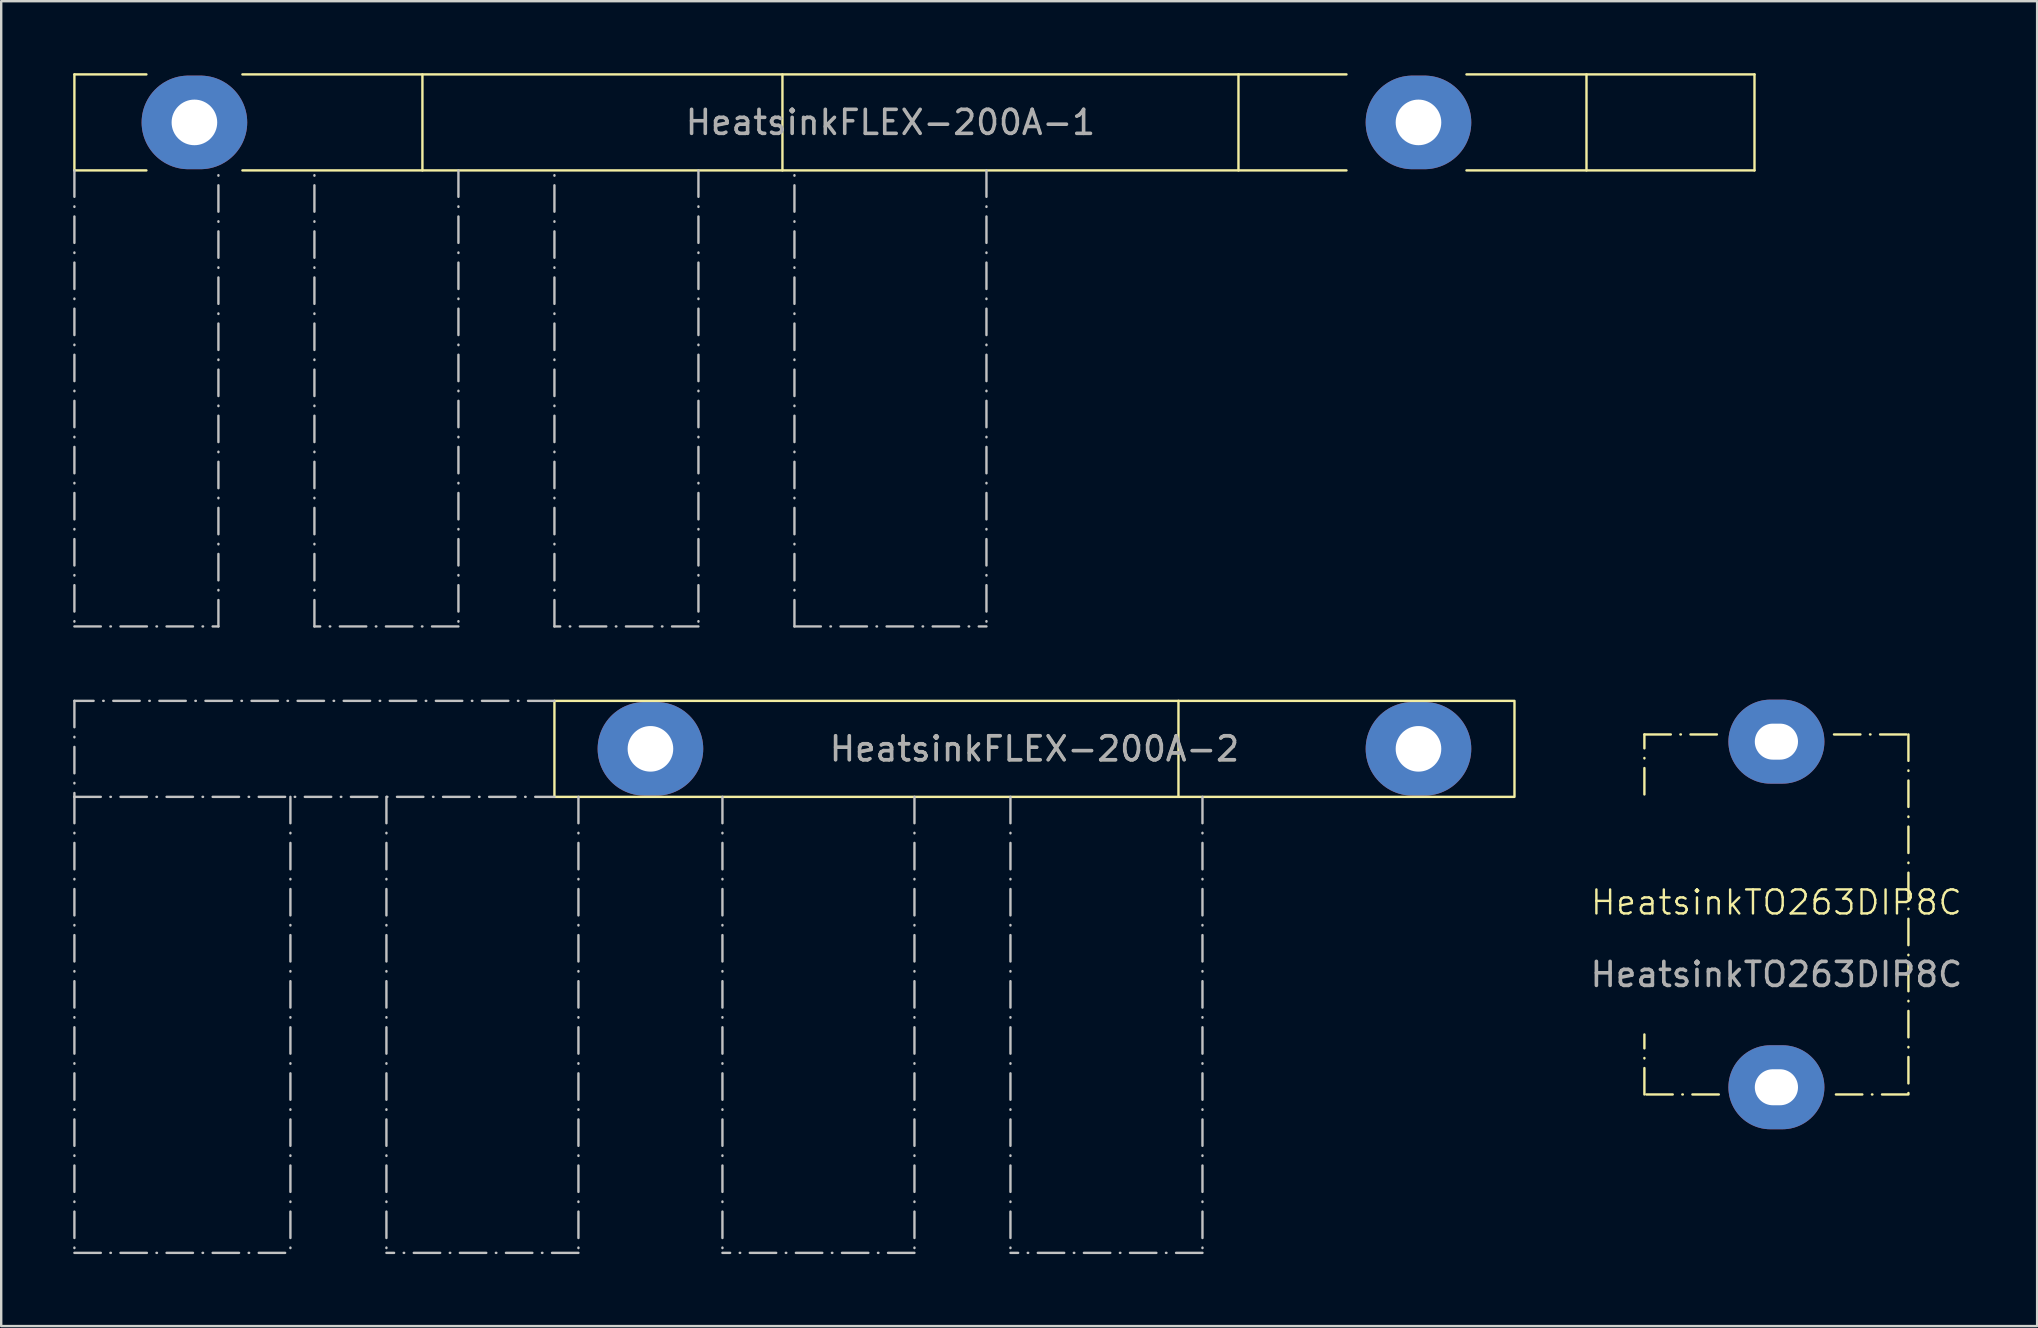
<source format=kicad_pcb>
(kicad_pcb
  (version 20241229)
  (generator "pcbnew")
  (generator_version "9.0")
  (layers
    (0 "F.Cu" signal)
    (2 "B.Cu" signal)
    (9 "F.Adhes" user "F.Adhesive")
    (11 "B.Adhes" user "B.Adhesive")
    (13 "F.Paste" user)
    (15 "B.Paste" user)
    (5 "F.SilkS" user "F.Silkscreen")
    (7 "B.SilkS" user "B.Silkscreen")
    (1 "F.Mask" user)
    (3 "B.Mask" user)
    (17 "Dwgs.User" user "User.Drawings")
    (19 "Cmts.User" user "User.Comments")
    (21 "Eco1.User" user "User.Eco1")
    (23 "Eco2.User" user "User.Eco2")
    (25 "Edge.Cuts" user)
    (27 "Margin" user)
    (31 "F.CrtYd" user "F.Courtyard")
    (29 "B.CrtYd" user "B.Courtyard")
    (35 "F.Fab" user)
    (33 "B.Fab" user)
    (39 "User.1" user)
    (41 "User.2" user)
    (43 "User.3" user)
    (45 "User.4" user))
  (footprint "HeatsinkTO263DIP8C"
    (layer "F.Cu")
    (at 70.963 35.05)
    (property "Reference" "HeatsinkTO263DIP8C" (at 0 -0.5 0) (unlocked yes) (layer "F.SilkS") (effects (font (size 1 1) (thickness 0.1))))
    (attr through_hole)
    (fp_line (start -5.5 -7.5) (end -2.4 -7.5) (stroke (width 0.1) (type dash_dot)) (layer "F.SilkS"))
    (fp_line (start -5.5 -5) (end -5.5 -7.5) (stroke (width 0.1) (type dash_dot)) (layer "F.SilkS"))
    (fp_line (start -5.5 7.5) (end -5.5 5) (stroke (width 0.1) (type dash_dot)) (layer "F.SilkS"))
    (fp_line (start -2.4 7.5) (end -5.5 7.5) (stroke (width 0.1) (type dash_dot)) (layer "F.SilkS"))
    (fp_line (start 2.4 -7.5) (end 5.5 -7.5) (stroke (width 0.1) (type dash_dot)) (layer "F.SilkS"))
    (fp_line (start 5.5 -7.5) (end 5.5 7.5) (stroke (width 0.1) (type dash_dot)) (layer "F.SilkS"))
    (fp_line (start 5.5 7.5) (end 2.4 7.5) (stroke (width 0.1) (type dash_dot)) (layer "F.SilkS"))
    (fp_text user "${REFERENCE}" (at 0 2.5 0) (unlocked yes) (layer "F.Fab") (effects (font (size 1 1) (thickness 0.15))))
    (pad "1" thru_hole oval (at 0 -7.2) (size 4 3.5) (drill oval 1.8 1.5) (layers "*.Cu" "*.Mask"))
    (pad "1" thru_hole oval (at 0 7.2) (size 4 3.5) (drill oval 1.8 1.5) (layers "*.Cu" "*.Mask")))
  (footprint "HeatsinkFLEX-200A-1"
    (layer "F.Cu")
    (at 34.05 2.05)
    (property "Reference" "HeatsinkFLEX-200A-1" (at 0 0 0) (unlocked yes) (layer "F.SilkS") (effects (font (size 1 1) (thickness 0.1))))
    (attr through_hole)
    (fp_line (start -34 -2) (end -34 2) (stroke (width 0.1) (type default)) (layer "F.SilkS"))
    (fp_line (start -34 2) (end -31 2) (stroke (width 0.1) (type default)) (layer "F.SilkS"))
    (fp_line (start -31 -2) (end -34 -2) (stroke (width 0.1) (type default)) (layer "F.SilkS"))
    (fp_line (start -27 -2) (end 19 -2) (stroke (width 0.1) (type default)) (layer "F.SilkS"))
    (fp_line (start -19.5 2) (end -19.5 -2) (stroke (width 0.1) (type default)) (layer "F.SilkS"))
    (fp_line (start -4.5 -2) (end -4.5 2) (stroke (width 0.1) (type default)) (layer "F.SilkS"))
    (fp_line (start 14.5 -2) (end 14.5 2) (stroke (width 0.1) (type default)) (layer "F.SilkS"))
    (fp_line (start 19 2) (end -27 2) (stroke (width 0.1) (type default)) (layer "F.SilkS"))
    (fp_line (start 24 -2) (end 36 -2) (stroke (width 0.1) (type default)) (layer "F.SilkS"))
    (fp_line (start 29 -2) (end 29 2) (stroke (width 0.1) (type default)) (layer "F.SilkS"))
    (fp_line (start 36 -2) (end 36 2) (stroke (width 0.1) (type default)) (layer "F.SilkS"))
    (fp_line (start 36 2) (end 24 2) (stroke (width 0.1) (type default)) (layer "F.SilkS"))
    (fp_line (start -34 2) (end -34 21) (stroke (width 0.1) (type dash_dot)) (layer "Dwgs.User"))
    (fp_line (start -34 21) (end -28 21) (stroke (width 0.1) (type dash_dot)) (layer "Dwgs.User"))
    (fp_line (start -28 21) (end -28 2) (stroke (width 0.1) (type dash_dot)) (layer "Dwgs.User"))
    (fp_line (start -24 21) (end -24 2) (stroke (width 0.1) (type dash_dot)) (layer "Dwgs.User"))
    (fp_line (start -18 2) (end -18 21) (stroke (width 0.1) (type dash_dot)) (layer "Dwgs.User"))
    (fp_line (start -18 21) (end -24 21) (stroke (width 0.1) (type dash_dot)) (layer "Dwgs.User"))
    (fp_line (start -14 21) (end -14 2) (stroke (width 0.1) (type dash_dot)) (layer "Dwgs.User"))
    (fp_line (start -8 2) (end -8 21) (stroke (width 0.1) (type dash_dot)) (layer "Dwgs.User"))
    (fp_line (start -8 21) (end -14 21) (stroke (width 0.1) (type dash_dot)) (layer "Dwgs.User"))
    (fp_line (start -4 21) (end -4 2) (stroke (width 0.1) (type dash_dot)) (layer "Dwgs.User"))
    (fp_line (start -4 21) (end 4 21) (stroke (width 0.1) (type dash_dot)) (layer "Dwgs.User"))
    (fp_line (start 4 2) (end 4 21) (stroke (width 0.1) (type dash_dot)) (layer "Dwgs.User"))
    (fp_text user "${REFERENCE}" (at 0 0 0) (unlocked yes) (layer "F.Fab") (effects (font (size 1 1) (thickness 0.15))))
    (pad "~" thru_hole oval (at -29 0) (size 4.4 3.9) (drill 1.9) (layers "*.Cu" "*.Mask"))
    (pad "~" thru_hole oval (at 22 0) (size 4.4 3.9) (drill 1.9) (layers "*.Cu" "*.Mask")))
  (footprint "HeatsinkFLEX-200A-2"
    (layer "F.Cu")
    (at 40.05 28.15)
    (property "Reference" "HeatsinkFLEX-200A-2" (at 0 0 0) (unlocked yes) (layer "F.SilkS") (effects (font (size 1 1) (thickness 0.12))))
    (attr through_hole)
    (fp_line (start 6 -2) (end 6 2) (stroke (width 0.1) (type default)) (layer "F.SilkS"))
    (fp_rect (start -20 -2) (end 20 2) (stroke (width 0.1) (type default)) (fill no) (layer "F.SilkS"))
    (fp_line (start -40 -2) (end -40 2) (stroke (width 0.1) (type dash_dot)) (layer "Dwgs.User"))
    (fp_line (start -40 2) (end -40 21) (stroke (width 0.1) (type dash_dot)) (layer "Dwgs.User"))
    (fp_line (start -40 2) (end -20 2) (stroke (width 0.1) (type dash_dot)) (layer "Dwgs.User"))
    (fp_line (start -40 21) (end -31 21) (stroke (width 0.1) (type dash_dot)) (layer "Dwgs.User"))
    (fp_line (start -31 2) (end -31 21) (stroke (width 0.1) (type dash_dot)) (layer "Dwgs.User"))
    (fp_line (start -27 2) (end -27 21) (stroke (width 0.1) (type dash_dot)) (layer "Dwgs.User"))
    (fp_line (start -20 -2) (end -40 -2) (stroke (width 0.1) (type dash_dot)) (layer "Dwgs.User"))
    (fp_line (start -19 2) (end -19 21) (stroke (width 0.1) (type dash_dot)) (layer "Dwgs.User"))
    (fp_line (start -19 21) (end -27 21) (stroke (width 0.1) (type dash_dot)) (layer "Dwgs.User"))
    (fp_line (start -13 2) (end -13 21) (stroke (width 0.1) (type dash_dot)) (layer "Dwgs.User"))
    (fp_line (start -5 2) (end -5 21) (stroke (width 0.1) (type dash_dot)) (layer "Dwgs.User"))
    (fp_line (start -5 21) (end -13 21) (stroke (width 0.1) (type dash_dot)) (layer "Dwgs.User"))
    (fp_line (start -1 2) (end -1 21) (stroke (width 0.1) (type dash_dot)) (layer "Dwgs.User"))
    (fp_line (start 7 2) (end 7 21) (stroke (width 0.1) (type dash_dot)) (layer "Dwgs.User"))
    (fp_line (start 7 21) (end -1 21) (stroke (width 0.1) (type dash_dot)) (layer "Dwgs.User"))
    (fp_text user "${REFERENCE}" (at 0 0 0) (unlocked yes) (layer "F.Fab") (effects (font (size 1 1) (thickness 0.15))))
    (pad "1" thru_hole oval (at -16 0) (size 4.4 3.9) (drill 1.9) (layers "*.Cu" "*.Mask"))
    (pad "1" thru_hole oval (at 16 0) (size 4.4 3.9) (drill 1.9) (layers "*.Cu" "*.Mask")))
  (gr_rect
    (start -3 -3)
    (end 81.826 52.2)
    (stroke (width 0.1) (type default))
    (fill no)
    (layer "Edge.Cuts")))
</source>
